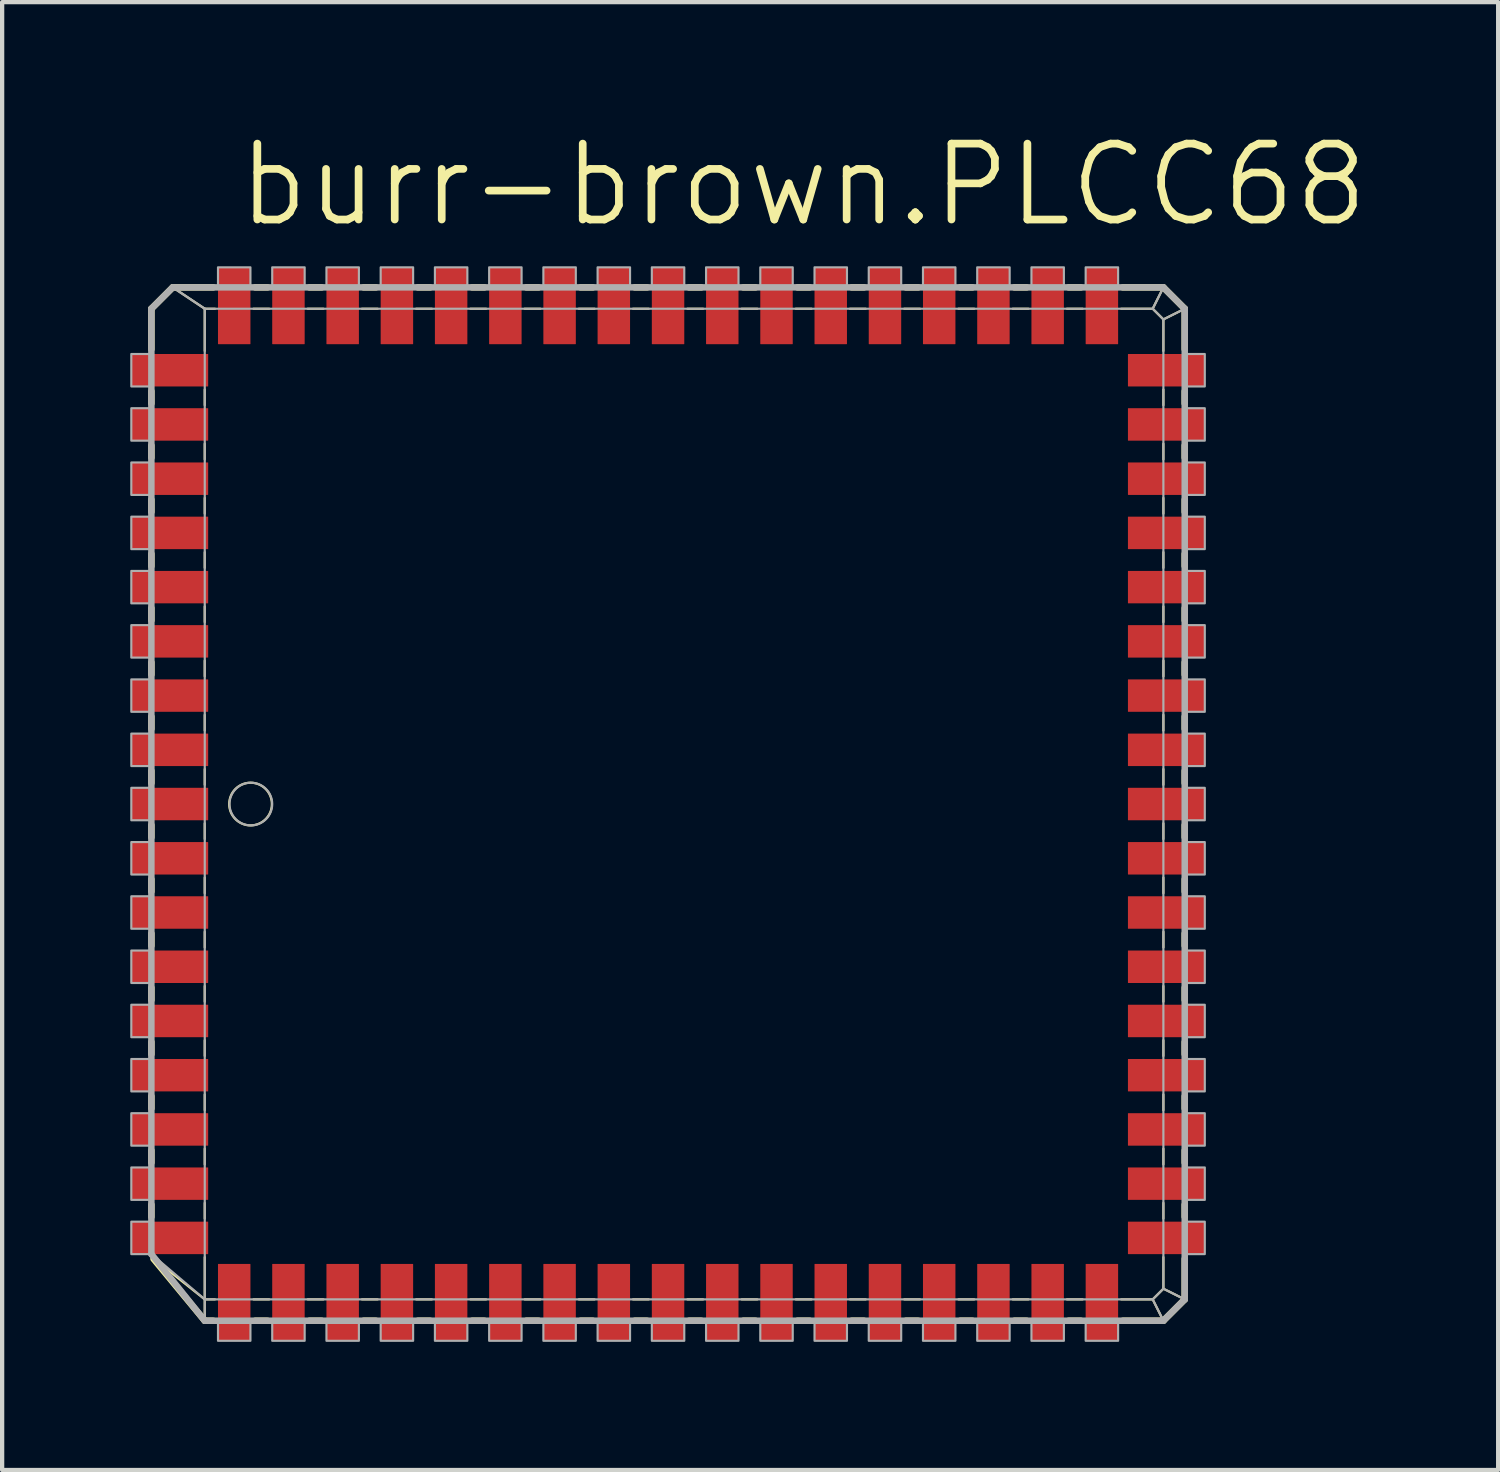
<source format=kicad_pcb>
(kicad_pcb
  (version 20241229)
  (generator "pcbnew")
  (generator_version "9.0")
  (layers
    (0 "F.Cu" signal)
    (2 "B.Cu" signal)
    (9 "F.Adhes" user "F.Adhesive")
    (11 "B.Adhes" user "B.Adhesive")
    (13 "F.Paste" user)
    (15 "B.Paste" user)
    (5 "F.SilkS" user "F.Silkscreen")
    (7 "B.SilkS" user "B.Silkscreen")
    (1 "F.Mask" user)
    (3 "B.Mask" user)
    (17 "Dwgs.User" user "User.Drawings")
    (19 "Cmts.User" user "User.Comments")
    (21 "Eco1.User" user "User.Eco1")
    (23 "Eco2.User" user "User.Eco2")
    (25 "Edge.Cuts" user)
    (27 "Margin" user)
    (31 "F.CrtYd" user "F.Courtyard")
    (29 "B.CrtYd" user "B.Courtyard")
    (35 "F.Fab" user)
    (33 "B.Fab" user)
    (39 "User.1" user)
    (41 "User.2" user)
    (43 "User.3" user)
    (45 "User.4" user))
  (footprint "burr-brown.PLCC68"
    (layer "F.Cu")
    (at 12.595 15.78)
    (property "Reference" "burr-brown.PLCC68" (at -10.16 -13.462 0) (layer "F.SilkS") (effects (font (size 1.778 1.778) (thickness 0.18)) (justify left bottom)))
    (attr smd)
    (fp_line (start -12.1 -11.6) (end -11.6 -12.1) (stroke (width 0.152) (type default)) (layer "F.SilkS"))
    (fp_line (start -12.1 -10.651) (end -12.1 -11.6) (stroke (width 0.152) (type default)) (layer "F.SilkS"))
    (fp_line (start -12.1 -9.381) (end -12.1 -9.669) (stroke (width 0.152) (type default)) (layer "F.SilkS"))
    (fp_line (start -12.1 -8.111) (end -12.1 -8.399) (stroke (width 0.152) (type default)) (layer "F.SilkS"))
    (fp_line (start -12.1 -6.841) (end -12.1 -7.129) (stroke (width 0.152) (type default)) (layer "F.SilkS"))
    (fp_line (start -12.1 -5.571) (end -12.1 -5.859) (stroke (width 0.152) (type default)) (layer "F.SilkS"))
    (fp_line (start -12.1 -4.301) (end -12.1 -4.589) (stroke (width 0.152) (type default)) (layer "F.SilkS"))
    (fp_line (start -12.1 -3.031) (end -12.1 -3.319) (stroke (width 0.152) (type default)) (layer "F.SilkS"))
    (fp_line (start -12.1 -1.761) (end -12.1 -2.049) (stroke (width 0.152) (type default)) (layer "F.SilkS"))
    (fp_line (start -12.1 -0.491) (end -12.1 -0.779) (stroke (width 0.152) (type default)) (layer "F.SilkS"))
    (fp_line (start -12.1 0.779) (end -12.1 0.491) (stroke (width 0.152) (type default)) (layer "F.SilkS"))
    (fp_line (start -12.1 2.049) (end -12.1 1.761) (stroke (width 0.152) (type default)) (layer "F.SilkS"))
    (fp_line (start -12.1 3.319) (end -12.1 3.031) (stroke (width 0.152) (type default)) (layer "F.SilkS"))
    (fp_line (start -12.1 4.589) (end -12.1 4.301) (stroke (width 0.152) (type default)) (layer "F.SilkS"))
    (fp_line (start -12.1 5.859) (end -12.1 5.571) (stroke (width 0.152) (type default)) (layer "F.SilkS"))
    (fp_line (start -12.1 7.129) (end -12.1 6.841) (stroke (width 0.152) (type default)) (layer "F.SilkS"))
    (fp_line (start -12.1 8.399) (end -12.1 8.111) (stroke (width 0.152) (type default)) (layer "F.SilkS"))
    (fp_line (start -12.1 9.669) (end -12.1 9.381) (stroke (width 0.152) (type default)) (layer "F.SilkS"))
    (fp_line (start -11.6 -12.1) (end -10.85 -11.6) (stroke (width 0.051) (type default)) (layer "F.SilkS"))
    (fp_line (start -11.6 -12.1) (end -10.651 -12.1) (stroke (width 0.152) (type default)) (layer "F.SilkS"))
    (fp_line (start -10.85 -11.6) (end -10.611 -11.6) (stroke (width 0.051) (type default)) (layer "F.SilkS"))
    (fp_line (start -10.85 -10.611) (end -10.85 -11.6) (stroke (width 0.051) (type default)) (layer "F.SilkS"))
    (fp_line (start -10.85 -9.341) (end -10.85 -9.709) (stroke (width 0.051) (type default)) (layer "F.SilkS"))
    (fp_line (start -10.85 -8.071) (end -10.85 -8.439) (stroke (width 0.051) (type default)) (layer "F.SilkS"))
    (fp_line (start -10.85 -6.801) (end -10.85 -7.169) (stroke (width 0.051) (type default)) (layer "F.SilkS"))
    (fp_line (start -10.85 -5.531) (end -10.85 -5.899) (stroke (width 0.051) (type default)) (layer "F.SilkS"))
    (fp_line (start -10.85 -4.261) (end -10.85 -4.629) (stroke (width 0.051) (type default)) (layer "F.SilkS"))
    (fp_line (start -10.85 -2.991) (end -10.85 -3.359) (stroke (width 0.051) (type default)) (layer "F.SilkS"))
    (fp_line (start -10.85 -1.721) (end -10.85 -2.089) (stroke (width 0.051) (type default)) (layer "F.SilkS"))
    (fp_line (start -10.85 -0.451) (end -10.85 -0.819) (stroke (width 0.051) (type default)) (layer "F.SilkS"))
    (fp_line (start -10.85 0.819) (end -10.85 0.451) (stroke (width 0.051) (type default)) (layer "F.SilkS"))
    (fp_line (start -10.85 2.089) (end -10.85 1.721) (stroke (width 0.051) (type default)) (layer "F.SilkS"))
    (fp_line (start -10.85 3.359) (end -10.85 2.991) (stroke (width 0.051) (type default)) (layer "F.SilkS"))
    (fp_line (start -10.85 4.629) (end -10.85 4.261) (stroke (width 0.051) (type default)) (layer "F.SilkS"))
    (fp_line (start -10.85 5.899) (end -10.85 5.531) (stroke (width 0.051) (type default)) (layer "F.SilkS"))
    (fp_line (start -10.85 7.169) (end -10.85 6.801) (stroke (width 0.051) (type default)) (layer "F.SilkS"))
    (fp_line (start -10.85 8.439) (end -10.85 8.071) (stroke (width 0.051) (type default)) (layer "F.SilkS"))
    (fp_line (start -10.85 9.709) (end -10.85 9.341) (stroke (width 0.051) (type default)) (layer "F.SilkS"))
    (fp_line (start -10.85 11.6) (end -12.029 10.662) (stroke (width 0.051) (type default)) (layer "F.SilkS"))
    (fp_line (start -10.85 11.6) (end -10.85 10.611) (stroke (width 0.051) (type default)) (layer "F.SilkS"))
    (fp_line (start -10.85 12.1) (end -12.05 10.651) (stroke (width 0.152) (type default)) (layer "F.SilkS"))
    (fp_line (start -10.85 12.1) (end -10.85 11.6) (stroke (width 0.051) (type default)) (layer "F.SilkS"))
    (fp_line (start -10.651 12.1) (end -10.85 12.1) (stroke (width 0.152) (type default)) (layer "F.SilkS"))
    (fp_line (start -10.611 11.6) (end -10.85 11.6) (stroke (width 0.051) (type default)) (layer "F.SilkS"))
    (fp_line (start -9.709 -11.6) (end -9.341 -11.6) (stroke (width 0.051) (type default)) (layer "F.SilkS"))
    (fp_line (start -9.669 -12.1) (end -9.381 -12.1) (stroke (width 0.152) (type default)) (layer "F.SilkS"))
    (fp_line (start -9.381 12.1) (end -9.669 12.1) (stroke (width 0.152) (type default)) (layer "F.SilkS"))
    (fp_line (start -9.341 11.6) (end -9.709 11.6) (stroke (width 0.051) (type default)) (layer "F.SilkS"))
    (fp_line (start -8.439 -11.6) (end -8.071 -11.6) (stroke (width 0.051) (type default)) (layer "F.SilkS"))
    (fp_line (start -8.399 -12.1) (end -8.111 -12.1) (stroke (width 0.152) (type default)) (layer "F.SilkS"))
    (fp_line (start -8.111 12.1) (end -8.399 12.1) (stroke (width 0.152) (type default)) (layer "F.SilkS"))
    (fp_line (start -8.071 11.6) (end -8.439 11.6) (stroke (width 0.051) (type default)) (layer "F.SilkS"))
    (fp_line (start -7.169 -11.6) (end -6.801 -11.6) (stroke (width 0.051) (type default)) (layer "F.SilkS"))
    (fp_line (start -7.129 -12.1) (end -6.841 -12.1) (stroke (width 0.152) (type default)) (layer "F.SilkS"))
    (fp_line (start -6.841 12.1) (end -7.129 12.1) (stroke (width 0.152) (type default)) (layer "F.SilkS"))
    (fp_line (start -6.801 11.6) (end -7.169 11.6) (stroke (width 0.051) (type default)) (layer "F.SilkS"))
    (fp_line (start -5.899 -11.6) (end -5.531 -11.6) (stroke (width 0.051) (type default)) (layer "F.SilkS"))
    (fp_line (start -5.859 -12.1) (end -5.571 -12.1) (stroke (width 0.152) (type default)) (layer "F.SilkS"))
    (fp_line (start -5.571 12.1) (end -5.859 12.1) (stroke (width 0.152) (type default)) (layer "F.SilkS"))
    (fp_line (start -5.531 11.6) (end -5.899 11.6) (stroke (width 0.051) (type default)) (layer "F.SilkS"))
    (fp_line (start -4.629 -11.6) (end -4.261 -11.6) (stroke (width 0.051) (type default)) (layer "F.SilkS"))
    (fp_line (start -4.589 -12.1) (end -4.301 -12.1) (stroke (width 0.152) (type default)) (layer "F.SilkS"))
    (fp_line (start -4.301 12.1) (end -4.589 12.1) (stroke (width 0.152) (type default)) (layer "F.SilkS"))
    (fp_line (start -4.261 11.6) (end -4.629 11.6) (stroke (width 0.051) (type default)) (layer "F.SilkS"))
    (fp_line (start -3.359 -11.6) (end -2.991 -11.6) (stroke (width 0.051) (type default)) (layer "F.SilkS"))
    (fp_line (start -3.319 -12.1) (end -3.031 -12.1) (stroke (width 0.152) (type default)) (layer "F.SilkS"))
    (fp_line (start -3.031 12.1) (end -3.319 12.1) (stroke (width 0.152) (type default)) (layer "F.SilkS"))
    (fp_line (start -2.991 11.6) (end -3.359 11.6) (stroke (width 0.051) (type default)) (layer "F.SilkS"))
    (fp_line (start -2.089 -11.6) (end -1.721 -11.6) (stroke (width 0.051) (type default)) (layer "F.SilkS"))
    (fp_line (start -2.049 -12.1) (end -1.761 -12.1) (stroke (width 0.152) (type default)) (layer "F.SilkS"))
    (fp_line (start -1.761 12.1) (end -2.049 12.1) (stroke (width 0.152) (type default)) (layer "F.SilkS"))
    (fp_line (start -1.721 11.6) (end -2.089 11.6) (stroke (width 0.051) (type default)) (layer "F.SilkS"))
    (fp_line (start -0.821 -11.6) (end -0.453 -11.6) (stroke (width 0.051) (type default)) (layer "F.SilkS"))
    (fp_line (start -0.779 -12.1) (end -0.491 -12.1) (stroke (width 0.152) (type default)) (layer "F.SilkS"))
    (fp_line (start -0.491 12.1) (end -0.779 12.1) (stroke (width 0.152) (type default)) (layer "F.SilkS"))
    (fp_line (start -0.453 11.6) (end -0.821 11.6) (stroke (width 0.051) (type default)) (layer "F.SilkS"))
    (fp_line (start 0.453 -11.6) (end 0.821 -11.6) (stroke (width 0.051) (type default)) (layer "F.SilkS"))
    (fp_line (start 0.491 -12.1) (end 0.779 -12.1) (stroke (width 0.152) (type default)) (layer "F.SilkS"))
    (fp_line (start 0.779 12.1) (end 0.491 12.1) (stroke (width 0.152) (type default)) (layer "F.SilkS"))
    (fp_line (start 0.821 11.6) (end 0.453 11.6) (stroke (width 0.051) (type default)) (layer "F.SilkS"))
    (fp_line (start 1.723 -11.6) (end 2.091 -11.6) (stroke (width 0.051) (type default)) (layer "F.SilkS"))
    (fp_line (start 1.761 -12.1) (end 2.049 -12.1) (stroke (width 0.152) (type default)) (layer "F.SilkS"))
    (fp_line (start 2.049 12.1) (end 1.761 12.1) (stroke (width 0.152) (type default)) (layer "F.SilkS"))
    (fp_line (start 2.091 11.6) (end 1.723 11.6) (stroke (width 0.051) (type default)) (layer "F.SilkS"))
    (fp_line (start 2.992 -11.6) (end 3.36 -11.6) (stroke (width 0.051) (type default)) (layer "F.SilkS"))
    (fp_line (start 3.031 -12.1) (end 3.319 -12.1) (stroke (width 0.152) (type default)) (layer "F.SilkS"))
    (fp_line (start 3.319 12.1) (end 3.031 12.1) (stroke (width 0.152) (type default)) (layer "F.SilkS"))
    (fp_line (start 3.36 11.6) (end 2.992 11.6) (stroke (width 0.051) (type default)) (layer "F.SilkS"))
    (fp_line (start 4.261 -11.6) (end 4.629 -11.6) (stroke (width 0.051) (type default)) (layer "F.SilkS"))
    (fp_line (start 4.301 -12.1) (end 4.589 -12.1) (stroke (width 0.152) (type default)) (layer "F.SilkS"))
    (fp_line (start 4.589 12.1) (end 4.301 12.1) (stroke (width 0.152) (type default)) (layer "F.SilkS"))
    (fp_line (start 4.629 11.6) (end 4.261 11.6) (stroke (width 0.051) (type default)) (layer "F.SilkS"))
    (fp_line (start 5.531 -11.6) (end 5.899 -11.6) (stroke (width 0.051) (type default)) (layer "F.SilkS"))
    (fp_line (start 5.571 -12.1) (end 5.859 -12.1) (stroke (width 0.152) (type default)) (layer "F.SilkS"))
    (fp_line (start 5.859 12.1) (end 5.571 12.1) (stroke (width 0.152) (type default)) (layer "F.SilkS"))
    (fp_line (start 5.899 11.6) (end 5.531 11.6) (stroke (width 0.051) (type default)) (layer "F.SilkS"))
    (fp_line (start 6.801 -11.6) (end 7.169 -11.6) (stroke (width 0.051) (type default)) (layer "F.SilkS"))
    (fp_line (start 6.841 -12.1) (end 7.129 -12.1) (stroke (width 0.152) (type default)) (layer "F.SilkS"))
    (fp_line (start 7.129 12.1) (end 6.841 12.1) (stroke (width 0.152) (type default)) (layer "F.SilkS"))
    (fp_line (start 7.169 11.6) (end 6.801 11.6) (stroke (width 0.051) (type default)) (layer "F.SilkS"))
    (fp_line (start 8.071 -11.6) (end 8.439 -11.6) (stroke (width 0.051) (type default)) (layer "F.SilkS"))
    (fp_line (start 8.111 -12.1) (end 8.399 -12.1) (stroke (width 0.152) (type default)) (layer "F.SilkS"))
    (fp_line (start 8.399 12.1) (end 8.111 12.1) (stroke (width 0.152) (type default)) (layer "F.SilkS"))
    (fp_line (start 8.439 11.6) (end 8.071 11.6) (stroke (width 0.051) (type default)) (layer "F.SilkS"))
    (fp_line (start 9.341 -11.6) (end 9.709 -11.6) (stroke (width 0.051) (type default)) (layer "F.SilkS"))
    (fp_line (start 9.381 -12.1) (end 9.669 -12.1) (stroke (width 0.152) (type default)) (layer "F.SilkS"))
    (fp_line (start 9.669 12.1) (end 9.381 12.1) (stroke (width 0.152) (type default)) (layer "F.SilkS"))
    (fp_line (start 9.709 11.6) (end 9.341 11.6) (stroke (width 0.051) (type default)) (layer "F.SilkS"))
    (fp_line (start 10.611 -11.6) (end 11.35 -11.6) (stroke (width 0.051) (type default)) (layer "F.SilkS"))
    (fp_line (start 10.651 -12.1) (end 11.6 -12.1) (stroke (width 0.152) (type default)) (layer "F.SilkS"))
    (fp_line (start 11.35 -11.6) (end 11.6 -12.1) (stroke (width 0.051) (type default)) (layer "F.SilkS"))
    (fp_line (start 11.35 -11.6) (end 11.6 -11.35) (stroke (width 0.051) (type default)) (layer "F.SilkS"))
    (fp_line (start 11.35 11.6) (end 10.611 11.6) (stroke (width 0.051) (type default)) (layer "F.SilkS"))
    (fp_line (start 11.6 -12.1) (end 12.1 -11.6) (stroke (width 0.152) (type default)) (layer "F.SilkS"))
    (fp_line (start 11.6 -11.35) (end 11.6 -10.611) (stroke (width 0.051) (type default)) (layer "F.SilkS"))
    (fp_line (start 11.6 -11.35) (end 12.1 -11.6) (stroke (width 0.051) (type default)) (layer "F.SilkS"))
    (fp_line (start 11.6 -9.709) (end 11.6 -9.341) (stroke (width 0.051) (type default)) (layer "F.SilkS"))
    (fp_line (start 11.6 -8.439) (end 11.6 -8.071) (stroke (width 0.051) (type default)) (layer "F.SilkS"))
    (fp_line (start 11.6 -7.169) (end 11.6 -6.801) (stroke (width 0.051) (type default)) (layer "F.SilkS"))
    (fp_line (start 11.6 -5.899) (end 11.6 -5.531) (stroke (width 0.051) (type default)) (layer "F.SilkS"))
    (fp_line (start 11.6 -4.629) (end 11.6 -4.261) (stroke (width 0.051) (type default)) (layer "F.SilkS"))
    (fp_line (start 11.6 -2.089) (end 11.6 -1.721) (stroke (width 0.051) (type default)) (layer "F.SilkS"))
    (fp_line (start 11.6 -0.819) (end 11.6 -0.451) (stroke (width 0.051) (type default)) (layer "F.SilkS"))
    (fp_line (start 11.6 0.451) (end 11.6 0.819) (stroke (width 0.051) (type default)) (layer "F.SilkS"))
    (fp_line (start 11.6 1.721) (end 11.6 2.089) (stroke (width 0.051) (type default)) (layer "F.SilkS"))
    (fp_line (start 11.6 4.261) (end 11.6 4.629) (stroke (width 0.051) (type default)) (layer "F.SilkS"))
    (fp_line (start 11.6 5.531) (end 11.6 5.899) (stroke (width 0.051) (type default)) (layer "F.SilkS"))
    (fp_line (start 11.6 6.801) (end 11.6 7.169) (stroke (width 0.051) (type default)) (layer "F.SilkS"))
    (fp_line (start 11.6 8.071) (end 11.6 8.439) (stroke (width 0.051) (type default)) (layer "F.SilkS"))
    (fp_line (start 11.6 9.341) (end 11.6 9.709) (stroke (width 0.051) (type default)) (layer "F.SilkS"))
    (fp_line (start 11.6 10.611) (end 11.6 11.35) (stroke (width 0.051) (type default)) (layer "F.SilkS"))
    (fp_line (start 11.6 11.35) (end 11.35 11.6) (stroke (width 0.051) (type default)) (layer "F.SilkS"))
    (fp_line (start 11.6 12.1) (end 10.651 12.1) (stroke (width 0.152) (type default)) (layer "F.SilkS"))
    (fp_line (start 11.6 12.1) (end 11.35 11.6) (stroke (width 0.051) (type default)) (layer "F.SilkS"))
    (fp_line (start 11.601 -3.359) (end 11.601 -2.991) (stroke (width 0.051) (type default)) (layer "F.SilkS"))
    (fp_line (start 11.601 2.991) (end 11.601 3.359) (stroke (width 0.051) (type default)) (layer "F.SilkS"))
    (fp_line (start 12.1 -11.6) (end 12.1 -10.651) (stroke (width 0.152) (type default)) (layer "F.SilkS"))
    (fp_line (start 12.1 -9.669) (end 12.1 -9.381) (stroke (width 0.152) (type default)) (layer "F.SilkS"))
    (fp_line (start 12.1 -8.399) (end 12.1 -8.111) (stroke (width 0.152) (type default)) (layer "F.SilkS"))
    (fp_line (start 12.1 -7.129) (end 12.1 -6.841) (stroke (width 0.152) (type default)) (layer "F.SilkS"))
    (fp_line (start 12.1 -5.859) (end 12.1 -5.571) (stroke (width 0.152) (type default)) (layer "F.SilkS"))
    (fp_line (start 12.1 -4.589) (end 12.1 -4.301) (stroke (width 0.152) (type default)) (layer "F.SilkS"))
    (fp_line (start 12.1 -3.319) (end 12.1 -3.031) (stroke (width 0.152) (type default)) (layer "F.SilkS"))
    (fp_line (start 12.1 -2.049) (end 12.1 -1.761) (stroke (width 0.152) (type default)) (layer "F.SilkS"))
    (fp_line (start 12.1 -0.779) (end 12.1 -0.491) (stroke (width 0.152) (type default)) (layer "F.SilkS"))
    (fp_line (start 12.1 0.491) (end 12.1 0.779) (stroke (width 0.152) (type default)) (layer "F.SilkS"))
    (fp_line (start 12.1 1.761) (end 12.1 2.049) (stroke (width 0.152) (type default)) (layer "F.SilkS"))
    (fp_line (start 12.1 3.031) (end 12.1 3.319) (stroke (width 0.152) (type default)) (layer "F.SilkS"))
    (fp_line (start 12.1 4.301) (end 12.1 4.589) (stroke (width 0.152) (type default)) (layer "F.SilkS"))
    (fp_line (start 12.1 5.571) (end 12.1 5.859) (stroke (width 0.152) (type default)) (layer "F.SilkS"))
    (fp_line (start 12.1 6.841) (end 12.1 7.129) (stroke (width 0.152) (type default)) (layer "F.SilkS"))
    (fp_line (start 12.1 8.111) (end 12.1 8.399) (stroke (width 0.152) (type default)) (layer "F.SilkS"))
    (fp_line (start 12.1 9.381) (end 12.1 9.669) (stroke (width 0.152) (type default)) (layer "F.SilkS"))
    (fp_line (start 12.1 10.651) (end 12.1 11.6) (stroke (width 0.152) (type default)) (layer "F.SilkS"))
    (fp_line (start 12.1 11.6) (end 11.6 11.35) (stroke (width 0.051) (type default)) (layer "F.SilkS"))
    (fp_line (start 12.1 11.6) (end 11.6 12.1) (stroke (width 0.152) (type default)) (layer "F.SilkS"))
    (fp_circle (center -9.778 0) (end -9.278 0) (stroke (width 0.051) (type default)) (fill no) (layer "F.SilkS"))
    (fp_line (start -12.1 -11.6) (end -11.6 -12.1) (stroke (width 0.152) (type default)) (layer "F.Fab"))
    (fp_line (start -12.1 10.54) (end -12.1 -11.6) (stroke (width 0.152) (type default)) (layer "F.Fab"))
    (fp_line (start -11.6 -12.1) (end -10.85 -11.6) (stroke (width 0.051) (type default)) (layer "F.Fab"))
    (fp_line (start -11.6 -12.1) (end 11.6 -12.1) (stroke (width 0.152) (type default)) (layer "F.Fab"))
    (fp_line (start -10.85 -11.6) (end 11.35 -11.6) (stroke (width 0.051) (type default)) (layer "F.Fab"))
    (fp_line (start -10.85 11.6) (end -12.1 10.54) (stroke (width 0.051) (type default)) (layer "F.Fab"))
    (fp_line (start -10.85 11.6) (end -10.85 -11.6) (stroke (width 0.051) (type default)) (layer "F.Fab"))
    (fp_line (start -10.85 12.1) (end -12.1 10.54) (stroke (width 0.152) (type default)) (layer "F.Fab"))
    (fp_line (start -10.85 12.1) (end -10.85 11.6) (stroke (width 0.051) (type default)) (layer "F.Fab"))
    (fp_line (start 11.35 -11.6) (end 11.6 -12.1) (stroke (width 0.051) (type default)) (layer "F.Fab"))
    (fp_line (start 11.35 -11.6) (end 11.6 -11.35) (stroke (width 0.051) (type default)) (layer "F.Fab"))
    (fp_line (start 11.35 11.6) (end -10.85 11.6) (stroke (width 0.051) (type default)) (layer "F.Fab"))
    (fp_line (start 11.6 -12.1) (end 12.1 -11.6) (stroke (width 0.152) (type default)) (layer "F.Fab"))
    (fp_line (start 11.6 -11.35) (end 11.6 11.35) (stroke (width 0.051) (type default)) (layer "F.Fab"))
    (fp_line (start 11.6 -11.35) (end 12.1 -11.6) (stroke (width 0.051) (type default)) (layer "F.Fab"))
    (fp_line (start 11.6 11.35) (end 11.35 11.6) (stroke (width 0.051) (type default)) (layer "F.Fab"))
    (fp_line (start 11.6 12.1) (end -10.85 12.1) (stroke (width 0.152) (type default)) (layer "F.Fab"))
    (fp_line (start 11.6 12.1) (end 11.35 11.6) (stroke (width 0.051) (type default)) (layer "F.Fab"))
    (fp_line (start 12.1 -11.6) (end 12.1 11.6) (stroke (width 0.152) (type default)) (layer "F.Fab"))
    (fp_line (start 12.1 11.6) (end 11.6 11.35) (stroke (width 0.051) (type default)) (layer "F.Fab"))
    (fp_line (start 12.1 11.6) (end 11.6 12.1) (stroke (width 0.152) (type default)) (layer "F.Fab"))
    (fp_rect (start -12.57 -9.78) (end -12.1 -10.54) (stroke (width 0.05) (type default)) (fill no) (layer "F.Fab"))
    (fp_rect (start -12.57 -8.51) (end -12.1 -9.27) (stroke (width 0.05) (type default)) (fill no) (layer "F.Fab"))
    (fp_rect (start -12.57 -7.24) (end -12.1 -8) (stroke (width 0.05) (type default)) (fill no) (layer "F.Fab"))
    (fp_rect (start -12.57 -5.97) (end -12.1 -6.73) (stroke (width 0.05) (type default)) (fill no) (layer "F.Fab"))
    (fp_rect (start -12.57 -4.7) (end -12.1 -5.46) (stroke (width 0.05) (type default)) (fill no) (layer "F.Fab"))
    (fp_rect (start -12.57 -3.43) (end -12.1 -4.19) (stroke (width 0.05) (type default)) (fill no) (layer "F.Fab"))
    (fp_rect (start -12.57 -2.16) (end -12.1 -2.92) (stroke (width 0.05) (type default)) (fill no) (layer "F.Fab"))
    (fp_rect (start -12.57 -0.89) (end -12.1 -1.65) (stroke (width 0.05) (type default)) (fill no) (layer "F.Fab"))
    (fp_rect (start -12.57 0.38) (end -12.1 -0.38) (stroke (width 0.05) (type default)) (fill no) (layer "F.Fab"))
    (fp_rect (start -12.57 1.65) (end -12.1 0.89) (stroke (width 0.05) (type default)) (fill no) (layer "F.Fab"))
    (fp_rect (start -12.57 2.92) (end -12.1 2.16) (stroke (width 0.05) (type default)) (fill no) (layer "F.Fab"))
    (fp_rect (start -12.57 4.19) (end -12.1 3.43) (stroke (width 0.05) (type default)) (fill no) (layer "F.Fab"))
    (fp_rect (start -12.57 5.46) (end -12.1 4.7) (stroke (width 0.05) (type default)) (fill no) (layer "F.Fab"))
    (fp_rect (start -12.57 6.73) (end -12.1 5.97) (stroke (width 0.05) (type default)) (fill no) (layer "F.Fab"))
    (fp_rect (start -12.57 8) (end -12.1 7.24) (stroke (width 0.05) (type default)) (fill no) (layer "F.Fab"))
    (fp_rect (start -12.57 9.27) (end -12.1 8.51) (stroke (width 0.05) (type default)) (fill no) (layer "F.Fab"))
    (fp_rect (start -12.57 10.54) (end -12.1 9.78) (stroke (width 0.05) (type default)) (fill no) (layer "F.Fab"))
    (fp_rect (start -10.54 -12.1) (end -9.78 -12.57) (stroke (width 0.05) (type default)) (fill no) (layer "F.Fab"))
    (fp_rect (start -10.54 12.57) (end -9.78 12.1) (stroke (width 0.05) (type default)) (fill no) (layer "F.Fab"))
    (fp_rect (start -9.27 -12.1) (end -8.51 -12.57) (stroke (width 0.05) (type default)) (fill no) (layer "F.Fab"))
    (fp_rect (start -9.27 12.57) (end -8.51 12.1) (stroke (width 0.05) (type default)) (fill no) (layer "F.Fab"))
    (fp_rect (start -8 -12.1) (end -7.24 -12.57) (stroke (width 0.05) (type default)) (fill no) (layer "F.Fab"))
    (fp_rect (start -8 12.57) (end -7.24 12.1) (stroke (width 0.05) (type default)) (fill no) (layer "F.Fab"))
    (fp_rect (start -6.73 -12.1) (end -5.97 -12.57) (stroke (width 0.05) (type default)) (fill no) (layer "F.Fab"))
    (fp_rect (start -6.73 12.57) (end -5.97 12.1) (stroke (width 0.05) (type default)) (fill no) (layer "F.Fab"))
    (fp_rect (start -5.46 -12.1) (end -4.7 -12.57) (stroke (width 0.05) (type default)) (fill no) (layer "F.Fab"))
    (fp_rect (start -5.46 12.57) (end -4.7 12.1) (stroke (width 0.05) (type default)) (fill no) (layer "F.Fab"))
    (fp_rect (start -4.19 -12.1) (end -3.43 -12.57) (stroke (width 0.05) (type default)) (fill no) (layer "F.Fab"))
    (fp_rect (start -4.19 12.57) (end -3.43 12.1) (stroke (width 0.05) (type default)) (fill no) (layer "F.Fab"))
    (fp_rect (start -2.92 -12.1) (end -2.16 -12.57) (stroke (width 0.05) (type default)) (fill no) (layer "F.Fab"))
    (fp_rect (start -2.92 12.57) (end -2.16 12.1) (stroke (width 0.05) (type default)) (fill no) (layer "F.Fab"))
    (fp_rect (start -1.65 -12.1) (end -0.89 -12.57) (stroke (width 0.05) (type default)) (fill no) (layer "F.Fab"))
    (fp_rect (start -1.65 12.57) (end -0.89 12.1) (stroke (width 0.05) (type default)) (fill no) (layer "F.Fab"))
    (fp_rect (start -0.38 -12.1) (end 0.38 -12.57) (stroke (width 0.05) (type default)) (fill no) (layer "F.Fab"))
    (fp_rect (start -0.38 12.57) (end 0.38 12.1) (stroke (width 0.05) (type default)) (fill no) (layer "F.Fab"))
    (fp_rect (start 0.89 -12.1) (end 1.65 -12.57) (stroke (width 0.05) (type default)) (fill no) (layer "F.Fab"))
    (fp_rect (start 0.89 12.57) (end 1.65 12.1) (stroke (width 0.05) (type default)) (fill no) (layer "F.Fab"))
    (fp_rect (start 2.16 -12.1) (end 2.92 -12.57) (stroke (width 0.05) (type default)) (fill no) (layer "F.Fab"))
    (fp_rect (start 2.16 12.57) (end 2.92 12.1) (stroke (width 0.05) (type default)) (fill no) (layer "F.Fab"))
    (fp_rect (start 3.43 -12.1) (end 4.19 -12.57) (stroke (width 0.05) (type default)) (fill no) (layer "F.Fab"))
    (fp_rect (start 3.43 12.57) (end 4.19 12.1) (stroke (width 0.05) (type default)) (fill no) (layer "F.Fab"))
    (fp_rect (start 4.7 -12.1) (end 5.46 -12.57) (stroke (width 0.05) (type default)) (fill no) (layer "F.Fab"))
    (fp_rect (start 4.7 12.57) (end 5.46 12.1) (stroke (width 0.05) (type default)) (fill no) (layer "F.Fab"))
    (fp_rect (start 5.97 -12.1) (end 6.73 -12.57) (stroke (width 0.05) (type default)) (fill no) (layer "F.Fab"))
    (fp_rect (start 5.97 12.57) (end 6.73 12.1) (stroke (width 0.05) (type default)) (fill no) (layer "F.Fab"))
    (fp_rect (start 7.24 -12.1) (end 8 -12.57) (stroke (width 0.05) (type default)) (fill no) (layer "F.Fab"))
    (fp_rect (start 7.24 12.57) (end 8 12.1) (stroke (width 0.05) (type default)) (fill no) (layer "F.Fab"))
    (fp_rect (start 8.51 -12.1) (end 9.27 -12.57) (stroke (width 0.05) (type default)) (fill no) (layer "F.Fab"))
    (fp_rect (start 8.51 12.57) (end 9.27 12.1) (stroke (width 0.05) (type default)) (fill no) (layer "F.Fab"))
    (fp_rect (start 9.78 -12.1) (end 10.54 -12.57) (stroke (width 0.05) (type default)) (fill no) (layer "F.Fab"))
    (fp_rect (start 9.78 12.57) (end 10.54 12.1) (stroke (width 0.05) (type default)) (fill no) (layer "F.Fab"))
    (fp_rect (start 12.1 -9.78) (end 12.57 -10.54) (stroke (width 0.05) (type default)) (fill no) (layer "F.Fab"))
    (fp_rect (start 12.1 -8.51) (end 12.57 -9.27) (stroke (width 0.05) (type default)) (fill no) (layer "F.Fab"))
    (fp_rect (start 12.1 -7.24) (end 12.57 -8) (stroke (width 0.05) (type default)) (fill no) (layer "F.Fab"))
    (fp_rect (start 12.1 -5.97) (end 12.57 -6.73) (stroke (width 0.05) (type default)) (fill no) (layer "F.Fab"))
    (fp_rect (start 12.1 -4.7) (end 12.57 -5.46) (stroke (width 0.05) (type default)) (fill no) (layer "F.Fab"))
    (fp_rect (start 12.1 -3.43) (end 12.57 -4.19) (stroke (width 0.05) (type default)) (fill no) (layer "F.Fab"))
    (fp_rect (start 12.1 -2.16) (end 12.57 -2.92) (stroke (width 0.05) (type default)) (fill no) (layer "F.Fab"))
    (fp_rect (start 12.1 -0.89) (end 12.57 -1.65) (stroke (width 0.05) (type default)) (fill no) (layer "F.Fab"))
    (fp_rect (start 12.1 0.38) (end 12.57 -0.38) (stroke (width 0.05) (type default)) (fill no) (layer "F.Fab"))
    (fp_rect (start 12.1 1.65) (end 12.57 0.89) (stroke (width 0.05) (type default)) (fill no) (layer "F.Fab"))
    (fp_rect (start 12.1 2.92) (end 12.57 2.16) (stroke (width 0.05) (type default)) (fill no) (layer "F.Fab"))
    (fp_rect (start 12.1 4.19) (end 12.57 3.43) (stroke (width 0.05) (type default)) (fill no) (layer "F.Fab"))
    (fp_rect (start 12.1 5.46) (end 12.57 4.7) (stroke (width 0.05) (type default)) (fill no) (layer "F.Fab"))
    (fp_rect (start 12.1 6.73) (end 12.57 5.97) (stroke (width 0.05) (type default)) (fill no) (layer "F.Fab"))
    (fp_rect (start 12.1 8) (end 12.57 7.24) (stroke (width 0.05) (type default)) (fill no) (layer "F.Fab"))
    (fp_rect (start 12.1 9.27) (end 12.57 8.51) (stroke (width 0.05) (type default)) (fill no) (layer "F.Fab"))
    (fp_rect (start 12.1 10.54) (end 12.57 9.78) (stroke (width 0.05) (type default)) (fill no) (layer "F.Fab"))
    (fp_circle (center -9.77 0) (end -9.27 0) (stroke (width 0.051) (type default)) (fill no) (layer "F.Fab"))
    (pad "1" smd roundrect (at -11.67 0) (size 1.8 0.76) (layers "F.Cu" "F.Mask" "F.Paste") (roundrect_rratio 0.01))
    (pad "2" smd roundrect (at -11.67 1.27) (size 1.8 0.76) (layers "F.Cu" "F.Mask" "F.Paste") (roundrect_rratio 0.01))
    (pad "3" smd roundrect (at -11.67 2.54) (size 1.8 0.76) (layers "F.Cu" "F.Mask" "F.Paste") (roundrect_rratio 0.01))
    (pad "4" smd roundrect (at -11.67 3.81) (size 1.8 0.76) (layers "F.Cu" "F.Mask" "F.Paste") (roundrect_rratio 0.01))
    (pad "5" smd roundrect (at -11.67 5.08) (size 1.8 0.76) (layers "F.Cu" "F.Mask" "F.Paste") (roundrect_rratio 0.01))
    (pad "6" smd roundrect (at -11.67 6.35) (size 1.8 0.76) (layers "F.Cu" "F.Mask" "F.Paste") (roundrect_rratio 0.01))
    (pad "7" smd roundrect (at -11.67 7.62) (size 1.8 0.76) (layers "F.Cu" "F.Mask" "F.Paste") (roundrect_rratio 0.01))
    (pad "8" smd roundrect (at -11.67 8.89) (size 1.8 0.76) (layers "F.Cu" "F.Mask" "F.Paste") (roundrect_rratio 0.01))
    (pad "9" smd roundrect (at -11.67 10.16) (size 1.8 0.76) (layers "F.Cu" "F.Mask" "F.Paste") (roundrect_rratio 0.01))
    (pad "10" smd roundrect (at -10.16 11.67) (size 0.76 1.8) (layers "F.Cu" "F.Mask" "F.Paste") (roundrect_rratio 0.01))
    (pad "11" smd roundrect (at -8.89 11.67) (size 0.76 1.8) (layers "F.Cu" "F.Mask" "F.Paste") (roundrect_rratio 0.01))
    (pad "12" smd roundrect (at -7.62 11.67) (size 0.76 1.8) (layers "F.Cu" "F.Mask" "F.Paste") (roundrect_rratio 0.01))
    (pad "13" smd roundrect (at -6.35 11.67) (size 0.76 1.8) (layers "F.Cu" "F.Mask" "F.Paste") (roundrect_rratio 0.01))
    (pad "14" smd roundrect (at -5.08 11.67) (size 0.76 1.8) (layers "F.Cu" "F.Mask" "F.Paste") (roundrect_rratio 0.01))
    (pad "15" smd roundrect (at -3.81 11.67) (size 0.76 1.8) (layers "F.Cu" "F.Mask" "F.Paste") (roundrect_rratio 0.01))
    (pad "16" smd roundrect (at -2.54 11.67) (size 0.76 1.8) (layers "F.Cu" "F.Mask" "F.Paste") (roundrect_rratio 0.01))
    (pad "17" smd roundrect (at -1.27 11.67) (size 0.76 1.8) (layers "F.Cu" "F.Mask" "F.Paste") (roundrect_rratio 0.01))
    (pad "18" smd roundrect (at 0 11.67) (size 0.76 1.8) (layers "F.Cu" "F.Mask" "F.Paste") (roundrect_rratio 0.01))
    (pad "19" smd roundrect (at 1.27 11.67) (size 0.76 1.8) (layers "F.Cu" "F.Mask" "F.Paste") (roundrect_rratio 0.01))
    (pad "20" smd roundrect (at 2.54 11.67) (size 0.76 1.8) (layers "F.Cu" "F.Mask" "F.Paste") (roundrect_rratio 0.01))
    (pad "21" smd roundrect (at 3.81 11.67) (size 0.76 1.8) (layers "F.Cu" "F.Mask" "F.Paste") (roundrect_rratio 0.01))
    (pad "22" smd roundrect (at 5.08 11.67) (size 0.76 1.8) (layers "F.Cu" "F.Mask" "F.Paste") (roundrect_rratio 0.01))
    (pad "23" smd roundrect (at 6.35 11.67) (size 0.76 1.8) (layers "F.Cu" "F.Mask" "F.Paste") (roundrect_rratio 0.01))
    (pad "24" smd roundrect (at 7.62 11.67) (size 0.76 1.8) (layers "F.Cu" "F.Mask" "F.Paste") (roundrect_rratio 0.01))
    (pad "25" smd roundrect (at 8.89 11.67) (size 0.76 1.8) (layers "F.Cu" "F.Mask" "F.Paste") (roundrect_rratio 0.01))
    (pad "26" smd roundrect (at 10.16 11.67) (size 0.76 1.8) (layers "F.Cu" "F.Mask" "F.Paste") (roundrect_rratio 0.01))
    (pad "27" smd roundrect (at 11.67 10.16) (size 1.8 0.76) (layers "F.Cu" "F.Mask" "F.Paste") (roundrect_rratio 0.01))
    (pad "28" smd roundrect (at 11.67 8.89) (size 1.8 0.76) (layers "F.Cu" "F.Mask" "F.Paste") (roundrect_rratio 0.01))
    (pad "29" smd roundrect (at 11.67 7.62) (size 1.8 0.76) (layers "F.Cu" "F.Mask" "F.Paste") (roundrect_rratio 0.01))
    (pad "30" smd roundrect (at 11.67 6.35) (size 1.8 0.76) (layers "F.Cu" "F.Mask" "F.Paste") (roundrect_rratio 0.01))
    (pad "31" smd roundrect (at 11.67 5.08) (size 1.8 0.76) (layers "F.Cu" "F.Mask" "F.Paste") (roundrect_rratio 0.01))
    (pad "32" smd roundrect (at 11.67 3.81) (size 1.8 0.76) (layers "F.Cu" "F.Mask" "F.Paste") (roundrect_rratio 0.01))
    (pad "33" smd roundrect (at 11.67 2.54) (size 1.8 0.76) (layers "F.Cu" "F.Mask" "F.Paste") (roundrect_rratio 0.01))
    (pad "34" smd roundrect (at 11.67 1.27) (size 1.8 0.76) (layers "F.Cu" "F.Mask" "F.Paste") (roundrect_rratio 0.01))
    (pad "35" smd roundrect (at 11.67 0) (size 1.8 0.76) (layers "F.Cu" "F.Mask" "F.Paste") (roundrect_rratio 0.01))
    (pad "36" smd roundrect (at 11.67 -1.27) (size 1.8 0.76) (layers "F.Cu" "F.Mask" "F.Paste") (roundrect_rratio 0.01))
    (pad "37" smd roundrect (at 11.67 -2.54) (size 1.8 0.76) (layers "F.Cu" "F.Mask" "F.Paste") (roundrect_rratio 0.01))
    (pad "38" smd roundrect (at 11.67 -3.81) (size 1.8 0.76) (layers "F.Cu" "F.Mask" "F.Paste") (roundrect_rratio 0.01))
    (pad "39" smd roundrect (at 11.67 -5.08) (size 1.8 0.76) (layers "F.Cu" "F.Mask" "F.Paste") (roundrect_rratio 0.01))
    (pad "40" smd roundrect (at 11.67 -6.35) (size 1.8 0.76) (layers "F.Cu" "F.Mask" "F.Paste") (roundrect_rratio 0.01))
    (pad "41" smd roundrect (at 11.67 -7.62) (size 1.8 0.76) (layers "F.Cu" "F.Mask" "F.Paste") (roundrect_rratio 0.01))
    (pad "42" smd roundrect (at 11.67 -8.89) (size 1.8 0.76) (layers "F.Cu" "F.Mask" "F.Paste") (roundrect_rratio 0.01))
    (pad "43" smd roundrect (at 11.67 -10.16) (size 1.8 0.76) (layers "F.Cu" "F.Mask" "F.Paste") (roundrect_rratio 0.01))
    (pad "44" smd roundrect (at 10.16 -11.67) (size 0.76 1.8) (layers "F.Cu" "F.Mask" "F.Paste") (roundrect_rratio 0.01))
    (pad "45" smd roundrect (at 8.89 -11.67) (size 0.76 1.8) (layers "F.Cu" "F.Mask" "F.Paste") (roundrect_rratio 0.01))
    (pad "46" smd roundrect (at 7.62 -11.67) (size 0.76 1.8) (layers "F.Cu" "F.Mask" "F.Paste") (roundrect_rratio 0.01))
    (pad "47" smd roundrect (at 6.35 -11.67) (size 0.76 1.8) (layers "F.Cu" "F.Mask" "F.Paste") (roundrect_rratio 0.01))
    (pad "48" smd roundrect (at 5.08 -11.67) (size 0.76 1.8) (layers "F.Cu" "F.Mask" "F.Paste") (roundrect_rratio 0.01))
    (pad "49" smd roundrect (at 3.81 -11.67) (size 0.76 1.8) (layers "F.Cu" "F.Mask" "F.Paste") (roundrect_rratio 0.01))
    (pad "50" smd roundrect (at 2.54 -11.67) (size 0.76 1.8) (layers "F.Cu" "F.Mask" "F.Paste") (roundrect_rratio 0.01))
    (pad "51" smd roundrect (at 1.27 -11.67) (size 0.76 1.8) (layers "F.Cu" "F.Mask" "F.Paste") (roundrect_rratio 0.01))
    (pad "52" smd roundrect (at 0 -11.67) (size 0.76 1.8) (layers "F.Cu" "F.Mask" "F.Paste") (roundrect_rratio 0.01))
    (pad "53" smd roundrect (at -1.27 -11.67) (size 0.76 1.8) (layers "F.Cu" "F.Mask" "F.Paste") (roundrect_rratio 0.01))
    (pad "54" smd roundrect (at -2.54 -11.67) (size 0.76 1.8) (layers "F.Cu" "F.Mask" "F.Paste") (roundrect_rratio 0.01))
    (pad "55" smd roundrect (at -3.81 -11.67) (size 0.76 1.8) (layers "F.Cu" "F.Mask" "F.Paste") (roundrect_rratio 0.01))
    (pad "56" smd roundrect (at -5.08 -11.67) (size 0.76 1.8) (layers "F.Cu" "F.Mask" "F.Paste") (roundrect_rratio 0.01))
    (pad "57" smd roundrect (at -6.35 -11.67) (size 0.76 1.8) (layers "F.Cu" "F.Mask" "F.Paste") (roundrect_rratio 0.01))
    (pad "58" smd roundrect (at -7.62 -11.67) (size 0.76 1.8) (layers "F.Cu" "F.Mask" "F.Paste") (roundrect_rratio 0.01))
    (pad "59" smd roundrect (at -8.89 -11.67) (size 0.76 1.8) (layers "F.Cu" "F.Mask" "F.Paste") (roundrect_rratio 0.01))
    (pad "60" smd roundrect (at -10.16 -11.67) (size 0.76 1.8) (layers "F.Cu" "F.Mask" "F.Paste") (roundrect_rratio 0.01))
    (pad "61" smd roundrect (at -11.67 -10.16) (size 1.8 0.76) (layers "F.Cu" "F.Mask" "F.Paste") (roundrect_rratio 0.01))
    (pad "62" smd roundrect (at -11.67 -8.89) (size 1.8 0.76) (layers "F.Cu" "F.Mask" "F.Paste") (roundrect_rratio 0.01))
    (pad "63" smd roundrect (at -11.67 -7.62) (size 1.8 0.76) (layers "F.Cu" "F.Mask" "F.Paste") (roundrect_rratio 0.01))
    (pad "64" smd roundrect (at -11.67 -6.35) (size 1.8 0.76) (layers "F.Cu" "F.Mask" "F.Paste") (roundrect_rratio 0.01))
    (pad "65" smd roundrect (at -11.67 -5.08) (size 1.8 0.76) (layers "F.Cu" "F.Mask" "F.Paste") (roundrect_rratio 0.01))
    (pad "66" smd roundrect (at -11.67 -3.81) (size 1.8 0.76) (layers "F.Cu" "F.Mask" "F.Paste") (roundrect_rratio 0.01))
    (pad "67" smd roundrect (at -11.67 -2.54) (size 1.8 0.76) (layers "F.Cu" "F.Mask" "F.Paste") (roundrect_rratio 0.01))
    (pad "68" smd roundrect (at -11.67 -1.27) (size 1.8 0.76) (layers "F.Cu" "F.Mask" "F.Paste") (roundrect_rratio 0.01)))
  (gr_rect
    (start -3 -3)
    (end 32.035 31.375)
    (stroke (width 0.1) (type default))
    (fill no)
    (layer "Edge.Cuts")))
</source>
